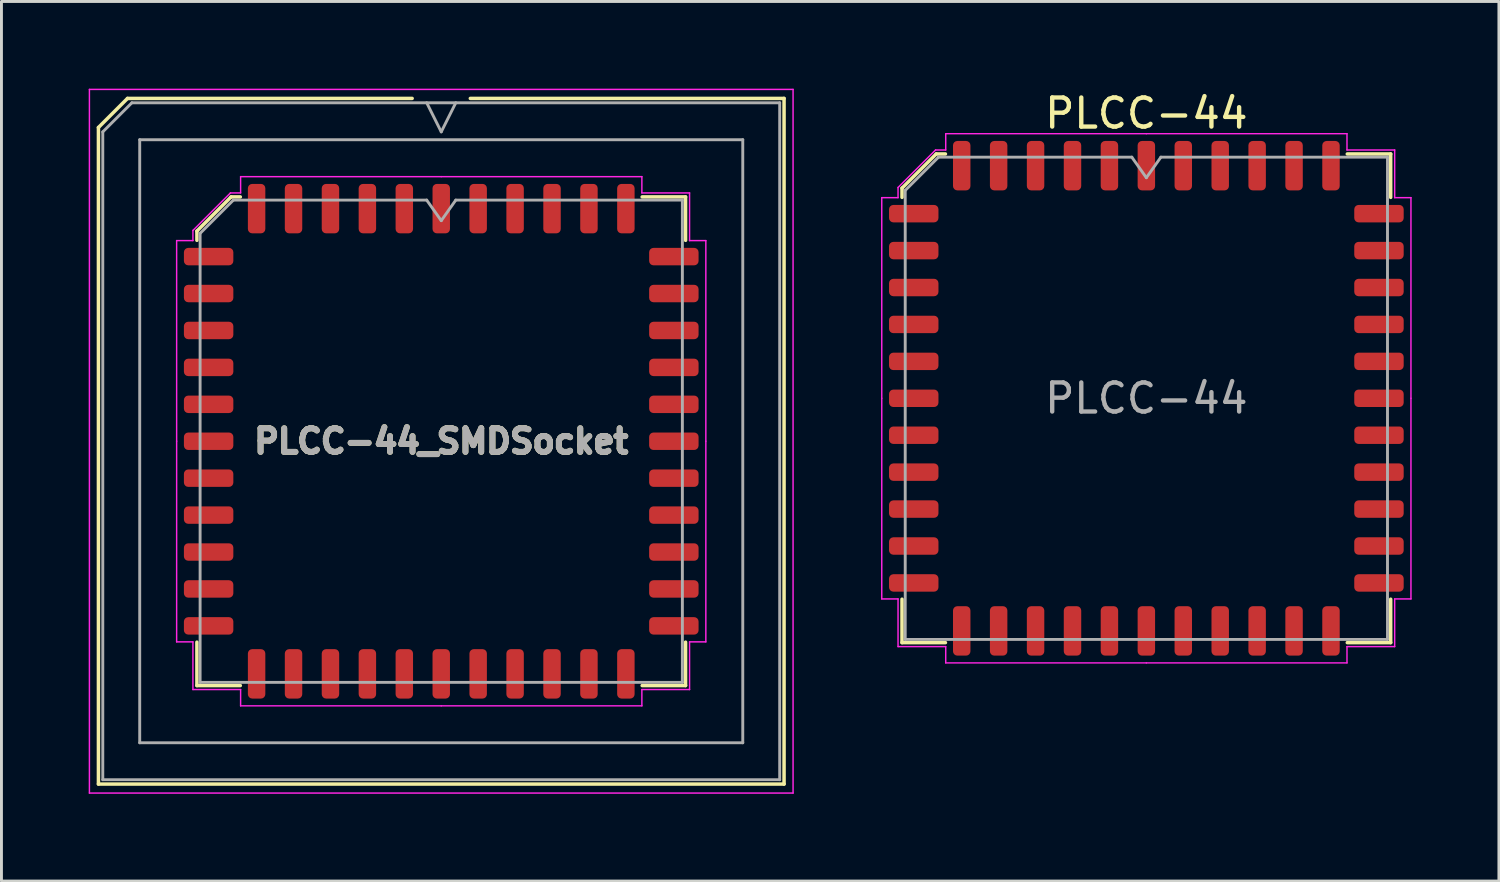
<source format=kicad_pcb>
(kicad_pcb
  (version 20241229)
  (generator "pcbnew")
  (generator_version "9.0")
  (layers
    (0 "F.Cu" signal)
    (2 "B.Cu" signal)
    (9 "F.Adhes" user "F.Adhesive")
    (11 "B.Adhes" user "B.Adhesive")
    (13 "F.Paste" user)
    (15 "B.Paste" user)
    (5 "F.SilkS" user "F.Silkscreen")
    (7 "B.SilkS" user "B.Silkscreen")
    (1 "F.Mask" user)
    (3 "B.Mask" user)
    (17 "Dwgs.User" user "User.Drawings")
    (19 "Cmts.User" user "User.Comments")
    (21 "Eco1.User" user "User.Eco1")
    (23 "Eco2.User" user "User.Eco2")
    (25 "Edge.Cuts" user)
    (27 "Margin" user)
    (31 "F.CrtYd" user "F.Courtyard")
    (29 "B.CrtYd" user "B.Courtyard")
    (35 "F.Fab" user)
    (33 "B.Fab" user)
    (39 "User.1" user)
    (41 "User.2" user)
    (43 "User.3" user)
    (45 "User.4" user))
  (footprint "PLCC-44_SMDSocket"
    (layer "F.Cu")
    (at 12.125 12.125)
    (property "Reference" "PLCC-44_SMDSocket" (at 0 0 0) (layer "F.Fab") (effects (font (size 0.813 0.813) (thickness 0.203))))
    (attr smd)
    (fp_line (start -11.79 -10.79) (end -11.79 11.79) (stroke (width 0.12) (type solid)) (layer "F.SilkS"))
    (fp_line (start -11.79 11.79) (end 11.79 11.79) (stroke (width 0.12) (type solid)) (layer "F.SilkS"))
    (fp_line (start -10.79 -11.79) (end -11.79 -10.79) (stroke (width 0.12) (type solid)) (layer "F.SilkS"))
    (fp_line (start -8.403 -7.228) (end -8.403 -6.91) (stroke (width 0.12) (type solid)) (layer "F.SilkS"))
    (fp_line (start -8.403 8.403) (end -8.403 6.91) (stroke (width 0.12) (type solid)) (layer "F.SilkS"))
    (fp_line (start -7.228 -8.403) (end -8.403 -7.228) (stroke (width 0.12) (type solid)) (layer "F.SilkS"))
    (fp_line (start -6.91 -8.403) (end -7.228 -8.403) (stroke (width 0.12) (type solid)) (layer "F.SilkS"))
    (fp_line (start -6.91 8.403) (end -8.403 8.403) (stroke (width 0.12) (type solid)) (layer "F.SilkS"))
    (fp_line (start -1 -11.79) (end -10.79 -11.79) (stroke (width 0.12) (type solid)) (layer "F.SilkS"))
    (fp_line (start 6.91 -8.403) (end 8.403 -8.403) (stroke (width 0.12) (type solid)) (layer "F.SilkS"))
    (fp_line (start 6.91 8.403) (end 8.403 8.403) (stroke (width 0.12) (type solid)) (layer "F.SilkS"))
    (fp_line (start 8.403 -8.403) (end 8.403 -6.91) (stroke (width 0.12) (type solid)) (layer "F.SilkS"))
    (fp_line (start 8.403 8.403) (end 8.403 6.91) (stroke (width 0.12) (type solid)) (layer "F.SilkS"))
    (fp_line (start 11.79 -11.79) (end 1 -11.79) (stroke (width 0.12) (type solid)) (layer "F.SilkS"))
    (fp_line (start 11.79 11.79) (end 11.79 -11.79) (stroke (width 0.12) (type solid)) (layer "F.SilkS"))
    (fp_line (start -12.1 -12.1) (end -12.1 12.1) (stroke (width 0.05) (type solid)) (layer "F.CrtYd"))
    (fp_line (start -12.1 12.1) (end 12.1 12.1) (stroke (width 0.05) (type solid)) (layer "F.CrtYd"))
    (fp_line (start -9.1 -6.9) (end -9.1 0) (stroke (width 0.05) (type solid)) (layer "F.CrtYd"))
    (fp_line (start -9.1 6.9) (end -9.1 0) (stroke (width 0.05) (type solid)) (layer "F.CrtYd"))
    (fp_line (start -8.54 -7.25) (end -8.54 -6.9) (stroke (width 0.05) (type solid)) (layer "F.CrtYd"))
    (fp_line (start -8.54 -6.9) (end -9.1 -6.9) (stroke (width 0.05) (type solid)) (layer "F.CrtYd"))
    (fp_line (start -8.54 6.9) (end -9.1 6.9) (stroke (width 0.05) (type solid)) (layer "F.CrtYd"))
    (fp_line (start -8.54 8.54) (end -8.54 6.9) (stroke (width 0.05) (type solid)) (layer "F.CrtYd"))
    (fp_line (start -7.25 -8.54) (end -8.54 -7.25) (stroke (width 0.05) (type solid)) (layer "F.CrtYd"))
    (fp_line (start -6.9 -9.1) (end -6.9 -8.54) (stroke (width 0.05) (type solid)) (layer "F.CrtYd"))
    (fp_line (start -6.9 -8.54) (end -7.25 -8.54) (stroke (width 0.05) (type solid)) (layer "F.CrtYd"))
    (fp_line (start -6.9 8.54) (end -8.54 8.54) (stroke (width 0.05) (type solid)) (layer "F.CrtYd"))
    (fp_line (start -6.9 9.1) (end -6.9 8.54) (stroke (width 0.05) (type solid)) (layer "F.CrtYd"))
    (fp_line (start 0 -9.1) (end -6.9 -9.1) (stroke (width 0.05) (type solid)) (layer "F.CrtYd"))
    (fp_line (start 0 -9.1) (end 6.9 -9.1) (stroke (width 0.05) (type solid)) (layer "F.CrtYd"))
    (fp_line (start 0 9.1) (end -6.9 9.1) (stroke (width 0.05) (type solid)) (layer "F.CrtYd"))
    (fp_line (start 0 9.1) (end 6.9 9.1) (stroke (width 0.05) (type solid)) (layer "F.CrtYd"))
    (fp_line (start 6.9 -9.1) (end 6.9 -8.54) (stroke (width 0.05) (type solid)) (layer "F.CrtYd"))
    (fp_line (start 6.9 -8.54) (end 8.54 -8.54) (stroke (width 0.05) (type solid)) (layer "F.CrtYd"))
    (fp_line (start 6.9 8.54) (end 8.54 8.54) (stroke (width 0.05) (type solid)) (layer "F.CrtYd"))
    (fp_line (start 6.9 9.1) (end 6.9 8.54) (stroke (width 0.05) (type solid)) (layer "F.CrtYd"))
    (fp_line (start 8.54 -8.54) (end 8.54 -6.9) (stroke (width 0.05) (type solid)) (layer "F.CrtYd"))
    (fp_line (start 8.54 -6.9) (end 9.1 -6.9) (stroke (width 0.05) (type solid)) (layer "F.CrtYd"))
    (fp_line (start 8.54 6.9) (end 9.1 6.9) (stroke (width 0.05) (type solid)) (layer "F.CrtYd"))
    (fp_line (start 8.54 8.54) (end 8.54 6.9) (stroke (width 0.05) (type solid)) (layer "F.CrtYd"))
    (fp_line (start 9.1 -6.9) (end 9.1 0) (stroke (width 0.05) (type solid)) (layer "F.CrtYd"))
    (fp_line (start 9.1 6.9) (end 9.1 0) (stroke (width 0.05) (type solid)) (layer "F.CrtYd"))
    (fp_line (start 12.1 -12.1) (end -12.1 -12.1) (stroke (width 0.05) (type solid)) (layer "F.CrtYd"))
    (fp_line (start 12.1 12.1) (end 12.1 -12.1) (stroke (width 0.05) (type solid)) (layer "F.CrtYd"))
    (fp_line (start -11.64 -10.64) (end -11.64 11.64) (stroke (width 0.1) (type solid)) (layer "F.Fab"))
    (fp_line (start -11.64 11.64) (end 11.64 11.64) (stroke (width 0.1) (type solid)) (layer "F.Fab"))
    (fp_line (start -10.64 -11.64) (end -11.64 -10.64) (stroke (width 0.1) (type solid)) (layer "F.Fab"))
    (fp_line (start -10.37 -10.37) (end -10.37 10.37) (stroke (width 0.1) (type solid)) (layer "F.Fab"))
    (fp_line (start -10.37 10.37) (end 10.37 10.37) (stroke (width 0.1) (type solid)) (layer "F.Fab"))
    (fp_line (start -8.293 -7.15) (end -7.15 -8.293) (stroke (width 0.1) (type solid)) (layer "F.Fab"))
    (fp_line (start -8.293 8.293) (end -8.293 -7.15) (stroke (width 0.1) (type solid)) (layer "F.Fab"))
    (fp_line (start -7.15 -8.293) (end -0.5 -8.293) (stroke (width 0.1) (type solid)) (layer "F.Fab"))
    (fp_line (start -0.5 -11.64) (end 0 -10.64) (stroke (width 0.1) (type solid)) (layer "F.Fab"))
    (fp_line (start -0.5 -8.293) (end 0 -7.586) (stroke (width 0.1) (type solid)) (layer "F.Fab"))
    (fp_line (start 0 -10.64) (end 0.5 -11.64) (stroke (width 0.1) (type solid)) (layer "F.Fab"))
    (fp_line (start 0 -7.586) (end 0.5 -8.293) (stroke (width 0.1) (type solid)) (layer "F.Fab"))
    (fp_line (start 0.5 -8.293) (end 8.293 -8.293) (stroke (width 0.1) (type solid)) (layer "F.Fab"))
    (fp_line (start 8.293 -8.293) (end 8.293 8.293) (stroke (width 0.1) (type solid)) (layer "F.Fab"))
    (fp_line (start 8.293 8.293) (end -8.293 8.293) (stroke (width 0.1) (type solid)) (layer "F.Fab"))
    (fp_line (start 10.37 -10.37) (end -10.37 -10.37) (stroke (width 0.1) (type solid)) (layer "F.Fab"))
    (fp_line (start 10.37 10.37) (end 10.37 -10.37) (stroke (width 0.1) (type solid)) (layer "F.Fab"))
    (fp_line (start 11.64 -11.64) (end -10.64 -11.64) (stroke (width 0.1) (type solid)) (layer "F.Fab"))
    (fp_line (start 11.64 11.64) (end 11.64 -11.64) (stroke (width 0.1) (type solid)) (layer "F.Fab"))
    (fp_text user "${REFERENCE}" (at 0 0 0) (layer "F.SilkS") (effects (font (size 0.813 0.813) (thickness 0.203))))
    (pad "1" smd roundrect (at 0 -8) (size 0.6 1.7) (layers "F.Cu" "F.Mask" "F.Paste") (roundrect_rratio 0.25))
    (pad "2" smd roundrect (at -1.27 -8) (size 0.6 1.7) (layers "F.Cu" "F.Mask" "F.Paste") (roundrect_rratio 0.25))
    (pad "3" smd roundrect (at -2.54 -8) (size 0.6 1.7) (layers "F.Cu" "F.Mask" "F.Paste") (roundrect_rratio 0.25))
    (pad "4" smd roundrect (at -3.81 -8) (size 0.6 1.7) (layers "F.Cu" "F.Mask" "F.Paste") (roundrect_rratio 0.25))
    (pad "5" smd roundrect (at -5.08 -8) (size 0.6 1.7) (layers "F.Cu" "F.Mask" "F.Paste") (roundrect_rratio 0.25))
    (pad "6" smd roundrect (at -6.35 -8) (size 0.6 1.7) (layers "F.Cu" "F.Mask" "F.Paste") (roundrect_rratio 0.25))
    (pad "7" smd roundrect (at -8 -6.35) (size 1.7 0.6) (layers "F.Cu" "F.Mask" "F.Paste") (roundrect_rratio 0.25))
    (pad "8" smd roundrect (at -8 -5.08) (size 1.7 0.6) (layers "F.Cu" "F.Mask" "F.Paste") (roundrect_rratio 0.25))
    (pad "9" smd roundrect (at -8 -3.81) (size 1.7 0.6) (layers "F.Cu" "F.Mask" "F.Paste") (roundrect_rratio 0.25))
    (pad "10" smd roundrect (at -8 -2.54) (size 1.7 0.6) (layers "F.Cu" "F.Mask" "F.Paste") (roundrect_rratio 0.25))
    (pad "11" smd roundrect (at -8 -1.27) (size 1.7 0.6) (layers "F.Cu" "F.Mask" "F.Paste") (roundrect_rratio 0.25))
    (pad "12" smd roundrect (at -8 0) (size 1.7 0.6) (layers "F.Cu" "F.Mask" "F.Paste") (roundrect_rratio 0.25))
    (pad "13" smd roundrect (at -8 1.27) (size 1.7 0.6) (layers "F.Cu" "F.Mask" "F.Paste") (roundrect_rratio 0.25))
    (pad "14" smd roundrect (at -8 2.54) (size 1.7 0.6) (layers "F.Cu" "F.Mask" "F.Paste") (roundrect_rratio 0.25))
    (pad "15" smd roundrect (at -8 3.81) (size 1.7 0.6) (layers "F.Cu" "F.Mask" "F.Paste") (roundrect_rratio 0.25))
    (pad "16" smd roundrect (at -8 5.08) (size 1.7 0.6) (layers "F.Cu" "F.Mask" "F.Paste") (roundrect_rratio 0.25))
    (pad "17" smd roundrect (at -8 6.35) (size 1.7 0.6) (layers "F.Cu" "F.Mask" "F.Paste") (roundrect_rratio 0.25))
    (pad "18" smd roundrect (at -6.35 8) (size 0.6 1.7) (layers "F.Cu" "F.Mask" "F.Paste") (roundrect_rratio 0.25))
    (pad "19" smd roundrect (at -5.08 8) (size 0.6 1.7) (layers "F.Cu" "F.Mask" "F.Paste") (roundrect_rratio 0.25))
    (pad "20" smd roundrect (at -3.81 8) (size 0.6 1.7) (layers "F.Cu" "F.Mask" "F.Paste") (roundrect_rratio 0.25))
    (pad "21" smd roundrect (at -2.54 8) (size 0.6 1.7) (layers "F.Cu" "F.Mask" "F.Paste") (roundrect_rratio 0.25))
    (pad "22" smd roundrect (at -1.27 8) (size 0.6 1.7) (layers "F.Cu" "F.Mask" "F.Paste") (roundrect_rratio 0.25))
    (pad "23" smd roundrect (at 0 8) (size 0.6 1.7) (layers "F.Cu" "F.Mask" "F.Paste") (roundrect_rratio 0.25))
    (pad "24" smd roundrect (at 1.27 8) (size 0.6 1.7) (layers "F.Cu" "F.Mask" "F.Paste") (roundrect_rratio 0.25))
    (pad "25" smd roundrect (at 2.54 8) (size 0.6 1.7) (layers "F.Cu" "F.Mask" "F.Paste") (roundrect_rratio 0.25))
    (pad "26" smd roundrect (at 3.81 8) (size 0.6 1.7) (layers "F.Cu" "F.Mask" "F.Paste") (roundrect_rratio 0.25))
    (pad "27" smd roundrect (at 5.08 8) (size 0.6 1.7) (layers "F.Cu" "F.Mask" "F.Paste") (roundrect_rratio 0.25))
    (pad "28" smd roundrect (at 6.35 8) (size 0.6 1.7) (layers "F.Cu" "F.Mask" "F.Paste") (roundrect_rratio 0.25))
    (pad "29" smd roundrect (at 8 6.35) (size 1.7 0.6) (layers "F.Cu" "F.Mask" "F.Paste") (roundrect_rratio 0.25))
    (pad "30" smd roundrect (at 8 5.08) (size 1.7 0.6) (layers "F.Cu" "F.Mask" "F.Paste") (roundrect_rratio 0.25))
    (pad "31" smd roundrect (at 8 3.81) (size 1.7 0.6) (layers "F.Cu" "F.Mask" "F.Paste") (roundrect_rratio 0.25))
    (pad "32" smd roundrect (at 8 2.54) (size 1.7 0.6) (layers "F.Cu" "F.Mask" "F.Paste") (roundrect_rratio 0.25))
    (pad "33" smd roundrect (at 8 1.27) (size 1.7 0.6) (layers "F.Cu" "F.Mask" "F.Paste") (roundrect_rratio 0.25))
    (pad "34" smd roundrect (at 8 0) (size 1.7 0.6) (layers "F.Cu" "F.Mask" "F.Paste") (roundrect_rratio 0.25))
    (pad "35" smd roundrect (at 8 -1.27) (size 1.7 0.6) (layers "F.Cu" "F.Mask" "F.Paste") (roundrect_rratio 0.25))
    (pad "36" smd roundrect (at 8 -2.54) (size 1.7 0.6) (layers "F.Cu" "F.Mask" "F.Paste") (roundrect_rratio 0.25))
    (pad "37" smd roundrect (at 8 -3.81) (size 1.7 0.6) (layers "F.Cu" "F.Mask" "F.Paste") (roundrect_rratio 0.25))
    (pad "38" smd roundrect (at 8 -5.08) (size 1.7 0.6) (layers "F.Cu" "F.Mask" "F.Paste") (roundrect_rratio 0.25))
    (pad "39" smd roundrect (at 8 -6.35) (size 1.7 0.6) (layers "F.Cu" "F.Mask" "F.Paste") (roundrect_rratio 0.25))
    (pad "40" smd roundrect (at 6.35 -8) (size 0.6 1.7) (layers "F.Cu" "F.Mask" "F.Paste") (roundrect_rratio 0.25))
    (pad "41" smd roundrect (at 5.08 -8) (size 0.6 1.7) (layers "F.Cu" "F.Mask" "F.Paste") (roundrect_rratio 0.25))
    (pad "42" smd roundrect (at 3.81 -8) (size 0.6 1.7) (layers "F.Cu" "F.Mask" "F.Paste") (roundrect_rratio 0.25))
    (pad "43" smd roundrect (at 2.54 -8) (size 0.6 1.7) (layers "F.Cu" "F.Mask" "F.Paste") (roundrect_rratio 0.25))
    (pad "44" smd roundrect (at 1.27 -8) (size 0.6 1.7) (layers "F.Cu" "F.Mask" "F.Paste") (roundrect_rratio 0.25)))
  (footprint "PLCC-44"
    (layer "F.Cu")
    (at 36.375 10.648)
    (property "Reference" "PLCC-44" (at 0 -9.8 0) (layer "F.SilkS") (effects (font (size 1 1) (thickness 0.15))))
    (attr smd)
    (fp_line (start -8.403 -7.228) (end -8.403 -6.91) (stroke (width 0.12) (type solid)) (layer "F.SilkS"))
    (fp_line (start -8.403 8.403) (end -8.403 6.91) (stroke (width 0.12) (type solid)) (layer "F.SilkS"))
    (fp_line (start -7.228 -8.403) (end -8.403 -7.228) (stroke (width 0.12) (type solid)) (layer "F.SilkS"))
    (fp_line (start -6.91 -8.403) (end -7.228 -8.403) (stroke (width 0.12) (type solid)) (layer "F.SilkS"))
    (fp_line (start -6.91 8.403) (end -8.403 8.403) (stroke (width 0.12) (type solid)) (layer "F.SilkS"))
    (fp_line (start 6.91 -8.403) (end 8.403 -8.403) (stroke (width 0.12) (type solid)) (layer "F.SilkS"))
    (fp_line (start 6.91 8.403) (end 8.403 8.403) (stroke (width 0.12) (type solid)) (layer "F.SilkS"))
    (fp_line (start 8.403 -8.403) (end 8.403 -6.91) (stroke (width 0.12) (type solid)) (layer "F.SilkS"))
    (fp_line (start 8.403 8.403) (end 8.403 6.91) (stroke (width 0.12) (type solid)) (layer "F.SilkS"))
    (fp_line (start -9.1 -6.9) (end -9.1 0) (stroke (width 0.05) (type solid)) (layer "F.CrtYd"))
    (fp_line (start -9.1 6.9) (end -9.1 0) (stroke (width 0.05) (type solid)) (layer "F.CrtYd"))
    (fp_line (start -8.54 -7.25) (end -8.54 -6.9) (stroke (width 0.05) (type solid)) (layer "F.CrtYd"))
    (fp_line (start -8.54 -6.9) (end -9.1 -6.9) (stroke (width 0.05) (type solid)) (layer "F.CrtYd"))
    (fp_line (start -8.54 6.9) (end -9.1 6.9) (stroke (width 0.05) (type solid)) (layer "F.CrtYd"))
    (fp_line (start -8.54 8.54) (end -8.54 6.9) (stroke (width 0.05) (type solid)) (layer "F.CrtYd"))
    (fp_line (start -7.25 -8.54) (end -8.54 -7.25) (stroke (width 0.05) (type solid)) (layer "F.CrtYd"))
    (fp_line (start -6.9 -9.1) (end -6.9 -8.54) (stroke (width 0.05) (type solid)) (layer "F.CrtYd"))
    (fp_line (start -6.9 -8.54) (end -7.25 -8.54) (stroke (width 0.05) (type solid)) (layer "F.CrtYd"))
    (fp_line (start -6.9 8.54) (end -8.54 8.54) (stroke (width 0.05) (type solid)) (layer "F.CrtYd"))
    (fp_line (start -6.9 9.1) (end -6.9 8.54) (stroke (width 0.05) (type solid)) (layer "F.CrtYd"))
    (fp_line (start 0 -9.1) (end -6.9 -9.1) (stroke (width 0.05) (type solid)) (layer "F.CrtYd"))
    (fp_line (start 0 -9.1) (end 6.9 -9.1) (stroke (width 0.05) (type solid)) (layer "F.CrtYd"))
    (fp_line (start 0 9.1) (end -6.9 9.1) (stroke (width 0.05) (type solid)) (layer "F.CrtYd"))
    (fp_line (start 0 9.1) (end 6.9 9.1) (stroke (width 0.05) (type solid)) (layer "F.CrtYd"))
    (fp_line (start 6.9 -9.1) (end 6.9 -8.54) (stroke (width 0.05) (type solid)) (layer "F.CrtYd"))
    (fp_line (start 6.9 -8.54) (end 8.54 -8.54) (stroke (width 0.05) (type solid)) (layer "F.CrtYd"))
    (fp_line (start 6.9 8.54) (end 8.54 8.54) (stroke (width 0.05) (type solid)) (layer "F.CrtYd"))
    (fp_line (start 6.9 9.1) (end 6.9 8.54) (stroke (width 0.05) (type solid)) (layer "F.CrtYd"))
    (fp_line (start 8.54 -8.54) (end 8.54 -6.9) (stroke (width 0.05) (type solid)) (layer "F.CrtYd"))
    (fp_line (start 8.54 -6.9) (end 9.1 -6.9) (stroke (width 0.05) (type solid)) (layer "F.CrtYd"))
    (fp_line (start 8.54 6.9) (end 9.1 6.9) (stroke (width 0.05) (type solid)) (layer "F.CrtYd"))
    (fp_line (start 8.54 8.54) (end 8.54 6.9) (stroke (width 0.05) (type solid)) (layer "F.CrtYd"))
    (fp_line (start 9.1 -6.9) (end 9.1 0) (stroke (width 0.05) (type solid)) (layer "F.CrtYd"))
    (fp_line (start 9.1 6.9) (end 9.1 0) (stroke (width 0.05) (type solid)) (layer "F.CrtYd"))
    (fp_line (start -8.293 -7.15) (end -7.15 -8.293) (stroke (width 0.1) (type solid)) (layer "F.Fab"))
    (fp_line (start -8.293 8.293) (end -8.293 -7.15) (stroke (width 0.1) (type solid)) (layer "F.Fab"))
    (fp_line (start -7.15 -8.293) (end -0.5 -8.293) (stroke (width 0.1) (type solid)) (layer "F.Fab"))
    (fp_line (start -0.5 -8.293) (end 0 -7.586) (stroke (width 0.1) (type solid)) (layer "F.Fab"))
    (fp_line (start 0 -7.586) (end 0.5 -8.293) (stroke (width 0.1) (type solid)) (layer "F.Fab"))
    (fp_line (start 0.5 -8.293) (end 8.293 -8.293) (stroke (width 0.1) (type solid)) (layer "F.Fab"))
    (fp_line (start 8.293 -8.293) (end 8.293 8.293) (stroke (width 0.1) (type solid)) (layer "F.Fab"))
    (fp_line (start 8.293 8.293) (end -8.293 8.293) (stroke (width 0.1) (type solid)) (layer "F.Fab"))
    (fp_text user "${REFERENCE}" (at 0 0 0) (layer "F.Fab") (effects (font (size 1 1) (thickness 0.15))))
    (pad "1" smd roundrect (at 0 -8) (size 0.6 1.7) (layers "F.Cu" "F.Mask" "F.Paste") (roundrect_rratio 0.25))
    (pad "2" smd roundrect (at -1.27 -8) (size 0.6 1.7) (layers "F.Cu" "F.Mask" "F.Paste") (roundrect_rratio 0.25))
    (pad "3" smd roundrect (at -2.54 -8) (size 0.6 1.7) (layers "F.Cu" "F.Mask" "F.Paste") (roundrect_rratio 0.25))
    (pad "4" smd roundrect (at -3.81 -8) (size 0.6 1.7) (layers "F.Cu" "F.Mask" "F.Paste") (roundrect_rratio 0.25))
    (pad "5" smd roundrect (at -5.08 -8) (size 0.6 1.7) (layers "F.Cu" "F.Mask" "F.Paste") (roundrect_rratio 0.25))
    (pad "6" smd roundrect (at -6.35 -8) (size 0.6 1.7) (layers "F.Cu" "F.Mask" "F.Paste") (roundrect_rratio 0.25))
    (pad "7" smd roundrect (at -8 -6.35) (size 1.7 0.6) (layers "F.Cu" "F.Mask" "F.Paste") (roundrect_rratio 0.25))
    (pad "8" smd roundrect (at -8 -5.08) (size 1.7 0.6) (layers "F.Cu" "F.Mask" "F.Paste") (roundrect_rratio 0.25))
    (pad "9" smd roundrect (at -8 -3.81) (size 1.7 0.6) (layers "F.Cu" "F.Mask" "F.Paste") (roundrect_rratio 0.25))
    (pad "10" smd roundrect (at -8 -2.54) (size 1.7 0.6) (layers "F.Cu" "F.Mask" "F.Paste") (roundrect_rratio 0.25))
    (pad "11" smd roundrect (at -8 -1.27) (size 1.7 0.6) (layers "F.Cu" "F.Mask" "F.Paste") (roundrect_rratio 0.25))
    (pad "12" smd roundrect (at -8 0) (size 1.7 0.6) (layers "F.Cu" "F.Mask" "F.Paste") (roundrect_rratio 0.25))
    (pad "13" smd roundrect (at -8 1.27) (size 1.7 0.6) (layers "F.Cu" "F.Mask" "F.Paste") (roundrect_rratio 0.25))
    (pad "14" smd roundrect (at -8 2.54) (size 1.7 0.6) (layers "F.Cu" "F.Mask" "F.Paste") (roundrect_rratio 0.25))
    (pad "15" smd roundrect (at -8 3.81) (size 1.7 0.6) (layers "F.Cu" "F.Mask" "F.Paste") (roundrect_rratio 0.25))
    (pad "16" smd roundrect (at -8 5.08) (size 1.7 0.6) (layers "F.Cu" "F.Mask" "F.Paste") (roundrect_rratio 0.25))
    (pad "17" smd roundrect (at -8 6.35) (size 1.7 0.6) (layers "F.Cu" "F.Mask" "F.Paste") (roundrect_rratio 0.25))
    (pad "18" smd roundrect (at -6.35 8) (size 0.6 1.7) (layers "F.Cu" "F.Mask" "F.Paste") (roundrect_rratio 0.25))
    (pad "19" smd roundrect (at -5.08 8) (size 0.6 1.7) (layers "F.Cu" "F.Mask" "F.Paste") (roundrect_rratio 0.25))
    (pad "20" smd roundrect (at -3.81 8) (size 0.6 1.7) (layers "F.Cu" "F.Mask" "F.Paste") (roundrect_rratio 0.25))
    (pad "21" smd roundrect (at -2.54 8) (size 0.6 1.7) (layers "F.Cu" "F.Mask" "F.Paste") (roundrect_rratio 0.25))
    (pad "22" smd roundrect (at -1.27 8) (size 0.6 1.7) (layers "F.Cu" "F.Mask" "F.Paste") (roundrect_rratio 0.25))
    (pad "23" smd roundrect (at 0 8) (size 0.6 1.7) (layers "F.Cu" "F.Mask" "F.Paste") (roundrect_rratio 0.25))
    (pad "24" smd roundrect (at 1.27 8) (size 0.6 1.7) (layers "F.Cu" "F.Mask" "F.Paste") (roundrect_rratio 0.25))
    (pad "25" smd roundrect (at 2.54 8) (size 0.6 1.7) (layers "F.Cu" "F.Mask" "F.Paste") (roundrect_rratio 0.25))
    (pad "26" smd roundrect (at 3.81 8) (size 0.6 1.7) (layers "F.Cu" "F.Mask" "F.Paste") (roundrect_rratio 0.25))
    (pad "27" smd roundrect (at 5.08 8) (size 0.6 1.7) (layers "F.Cu" "F.Mask" "F.Paste") (roundrect_rratio 0.25))
    (pad "28" smd roundrect (at 6.35 8) (size 0.6 1.7) (layers "F.Cu" "F.Mask" "F.Paste") (roundrect_rratio 0.25))
    (pad "29" smd roundrect (at 8 6.35) (size 1.7 0.6) (layers "F.Cu" "F.Mask" "F.Paste") (roundrect_rratio 0.25))
    (pad "30" smd roundrect (at 8 5.08) (size 1.7 0.6) (layers "F.Cu" "F.Mask" "F.Paste") (roundrect_rratio 0.25))
    (pad "31" smd roundrect (at 8 3.81) (size 1.7 0.6) (layers "F.Cu" "F.Mask" "F.Paste") (roundrect_rratio 0.25))
    (pad "32" smd roundrect (at 8 2.54) (size 1.7 0.6) (layers "F.Cu" "F.Mask" "F.Paste") (roundrect_rratio 0.25))
    (pad "33" smd roundrect (at 8 1.27) (size 1.7 0.6) (layers "F.Cu" "F.Mask" "F.Paste") (roundrect_rratio 0.25))
    (pad "34" smd roundrect (at 8 0) (size 1.7 0.6) (layers "F.Cu" "F.Mask" "F.Paste") (roundrect_rratio 0.25))
    (pad "35" smd roundrect (at 8 -1.27) (size 1.7 0.6) (layers "F.Cu" "F.Mask" "F.Paste") (roundrect_rratio 0.25))
    (pad "36" smd roundrect (at 8 -2.54) (size 1.7 0.6) (layers "F.Cu" "F.Mask" "F.Paste") (roundrect_rratio 0.25))
    (pad "37" smd roundrect (at 8 -3.81) (size 1.7 0.6) (layers "F.Cu" "F.Mask" "F.Paste") (roundrect_rratio 0.25))
    (pad "38" smd roundrect (at 8 -5.08) (size 1.7 0.6) (layers "F.Cu" "F.Mask" "F.Paste") (roundrect_rratio 0.25))
    (pad "39" smd roundrect (at 8 -6.35) (size 1.7 0.6) (layers "F.Cu" "F.Mask" "F.Paste") (roundrect_rratio 0.25))
    (pad "40" smd roundrect (at 6.35 -8) (size 0.6 1.7) (layers "F.Cu" "F.Mask" "F.Paste") (roundrect_rratio 0.25))
    (pad "41" smd roundrect (at 5.08 -8) (size 0.6 1.7) (layers "F.Cu" "F.Mask" "F.Paste") (roundrect_rratio 0.25))
    (pad "42" smd roundrect (at 3.81 -8) (size 0.6 1.7) (layers "F.Cu" "F.Mask" "F.Paste") (roundrect_rratio 0.25))
    (pad "43" smd roundrect (at 2.54 -8) (size 0.6 1.7) (layers "F.Cu" "F.Mask" "F.Paste") (roundrect_rratio 0.25))
    (pad "44" smd roundrect (at 1.27 -8) (size 0.6 1.7) (layers "F.Cu" "F.Mask" "F.Paste") (roundrect_rratio 0.25)))
  (gr_rect
    (start -3 -3)
    (end 48.5 27.25)
    (stroke (width 0.1) (type default))
    (fill no)
    (layer "Edge.Cuts")))
</source>
